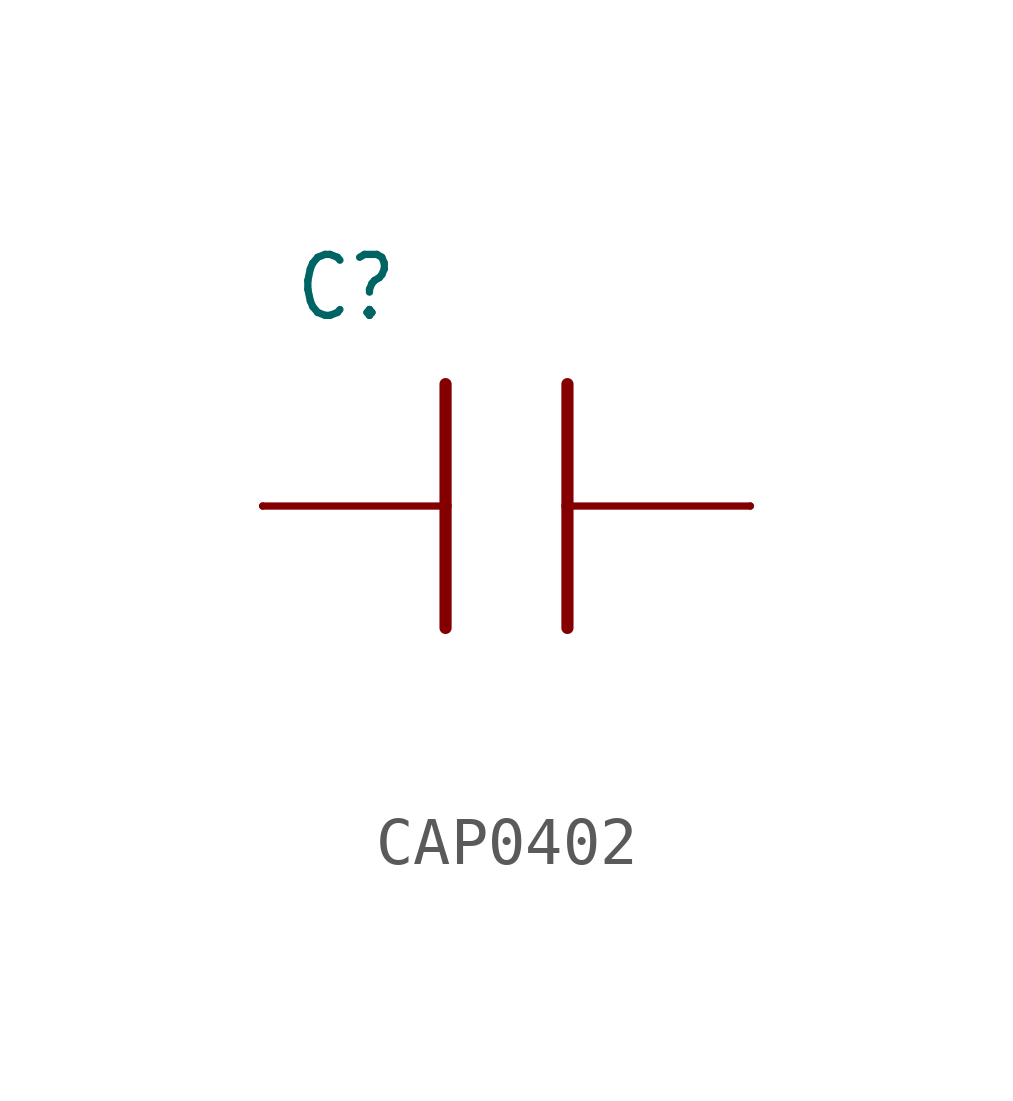
<source format=kicad_sym>
(kicad_symbol_lib
  (version 20231120)
  (generator "kicad_symbol_editor")
  (generator_version "8.0")
  (symbol "CAP0402"
    (property "Reference" "C"
      (at -4.445 3.81 0)
      (effects (font (size 1.27 1.079)) (justify left bottom)))
    (property "Value" ""
      (at -5.08 -5.08 0)
      (effects (font (size 1.27 1.079)) (justify left bottom)))
    (property "ki_locked" ""
      (at 0 0 0)
      (effects (font (size 1.27 1.27))))
    (symbol "CAP0402_1_0"
      (polyline (pts (xy -5.08 0) (xy -1.27 0)) (stroke (width 0.152) (type solid)) (fill (type none)))
      (polyline (pts (xy -1.27 0) (xy -1.27 -2.54)) (stroke (width 0.254) (type solid)) (fill (type none)))
      (polyline (pts (xy -1.27 2.54) (xy -1.27 0)) (stroke (width 0.254) (type solid)) (fill (type none)))
      (polyline (pts (xy 1.27 0) (xy 1.27 -2.54)) (stroke (width 0.254) (type solid)) (fill (type none)))
      (polyline (pts (xy 1.27 2.54) (xy 1.27 0)) (stroke (width 0.254) (type solid)) (fill (type none)))
      (polyline (pts (xy 5.08 0) (xy 1.27 0)) (stroke (width 0.152) (type solid)) (fill (type none)))
      (pin passive line (at -5.08 0 0) (length 0) (name "P$1" (effects (font (size 0 0)))) (number "1" (effects (font (size 0 0)))))
      (pin passive line (at 5.08 0 180) (length 0) (name "P$2" (effects (font (size 0 0)))) (number "2" (effects (font (size 0 0))))))))
</source>
